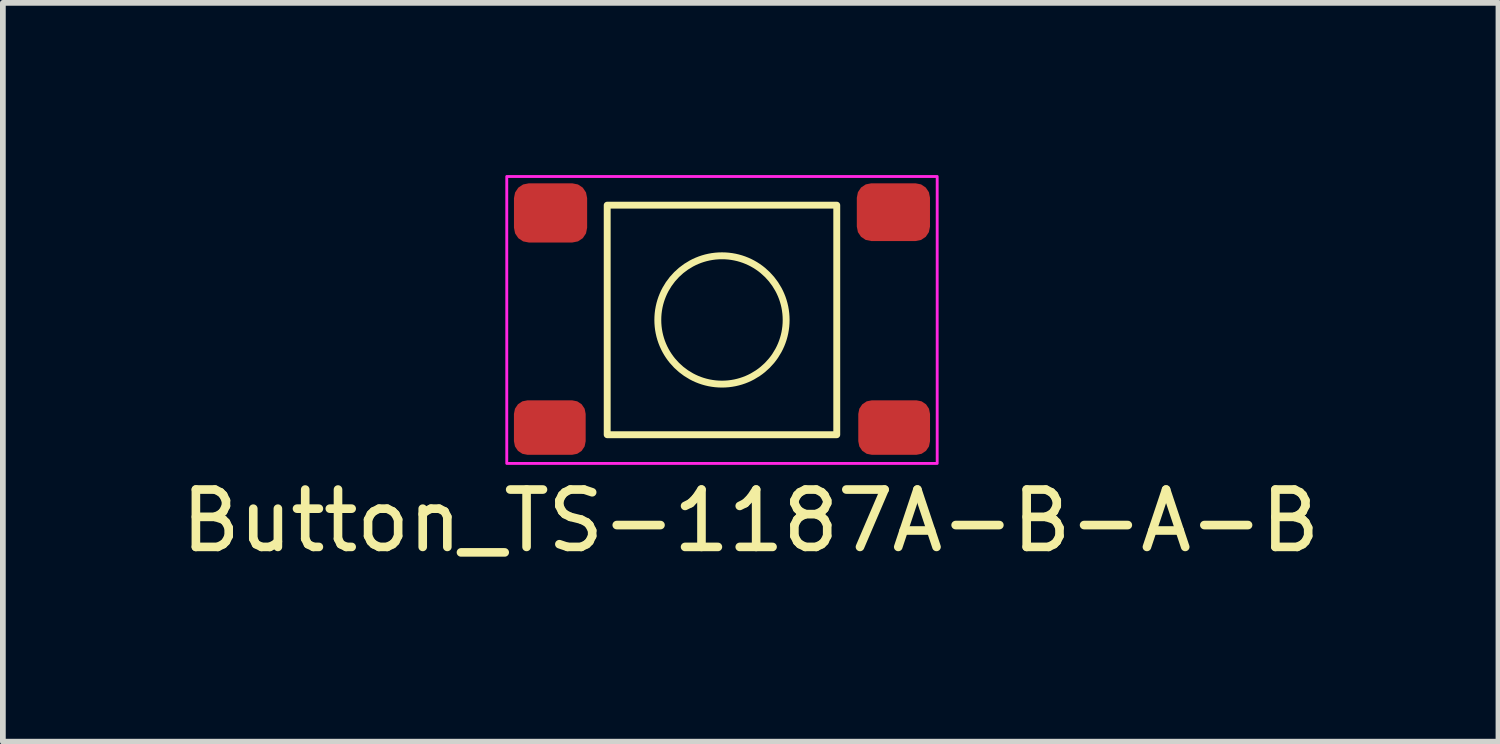
<source format=kicad_pcb>
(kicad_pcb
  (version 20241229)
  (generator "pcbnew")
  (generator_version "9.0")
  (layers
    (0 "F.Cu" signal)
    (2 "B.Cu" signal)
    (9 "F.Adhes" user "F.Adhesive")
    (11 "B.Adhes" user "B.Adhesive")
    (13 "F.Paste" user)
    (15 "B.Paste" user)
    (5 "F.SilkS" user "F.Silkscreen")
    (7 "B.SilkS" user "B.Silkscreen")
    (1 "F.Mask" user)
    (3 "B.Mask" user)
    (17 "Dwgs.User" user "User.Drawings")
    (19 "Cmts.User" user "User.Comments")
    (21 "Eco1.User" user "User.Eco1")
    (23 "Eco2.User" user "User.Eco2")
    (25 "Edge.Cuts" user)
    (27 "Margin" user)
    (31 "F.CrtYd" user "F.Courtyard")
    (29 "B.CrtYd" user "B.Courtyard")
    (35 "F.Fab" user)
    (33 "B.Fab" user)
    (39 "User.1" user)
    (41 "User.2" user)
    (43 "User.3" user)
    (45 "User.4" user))
  (footprint "Button_TS-1187A-B-A-B"
    (layer "F.Cu")
    (at 9.53 2.525)
    (property "Reference" "Button_TS-1187A-B-A-B" (at 0.5 3.5 0) (unlocked yes) (layer "F.SilkS") (effects (font (size 1 1) (thickness 0.15))))
    (attr smd)
    (fp_rect (start -2 -2) (end 2 2) (stroke (width 0.12) (type solid)) (fill no) (layer "F.SilkS"))
    (fp_circle (center 0 0) (end -1 -0.5) (stroke (width 0.12) (type solid)) (fill no) (layer "F.SilkS"))
    (fp_rect (start -3.75 -2.5) (end 3.75 2.5) (stroke (width 0.05) (type solid)) (fill no) (layer "F.CrtYd"))
    (pad "1" smd roundrect (at -2.987 -1.865) (size 1.275 1.031) (layers "F.Cu" "F.Mask" "F.Paste") (roundrect_rratio 0.25))
    (pad "1" smd roundrect (at 2.987 -1.878) (size 1.275 1.006) (layers "F.Cu" "F.Mask" "F.Paste") (roundrect_rratio 0.25))
    (pad "2" smd roundrect (at -3 1.875) (size 1.25 0.95) (layers "F.Cu" "F.Mask" "F.Paste") (roundrect_rratio 0.25))
    (pad "2" smd roundrect (at 3 1.875) (size 1.25 0.95) (layers "F.Cu" "F.Mask" "F.Paste") (roundrect_rratio 0.25)))
  (gr_rect
    (start -3 -3)
    (end 23.06 9.873)
    (stroke (width 0.1) (type default))
    (fill no)
    (layer "Edge.Cuts")))
</source>
